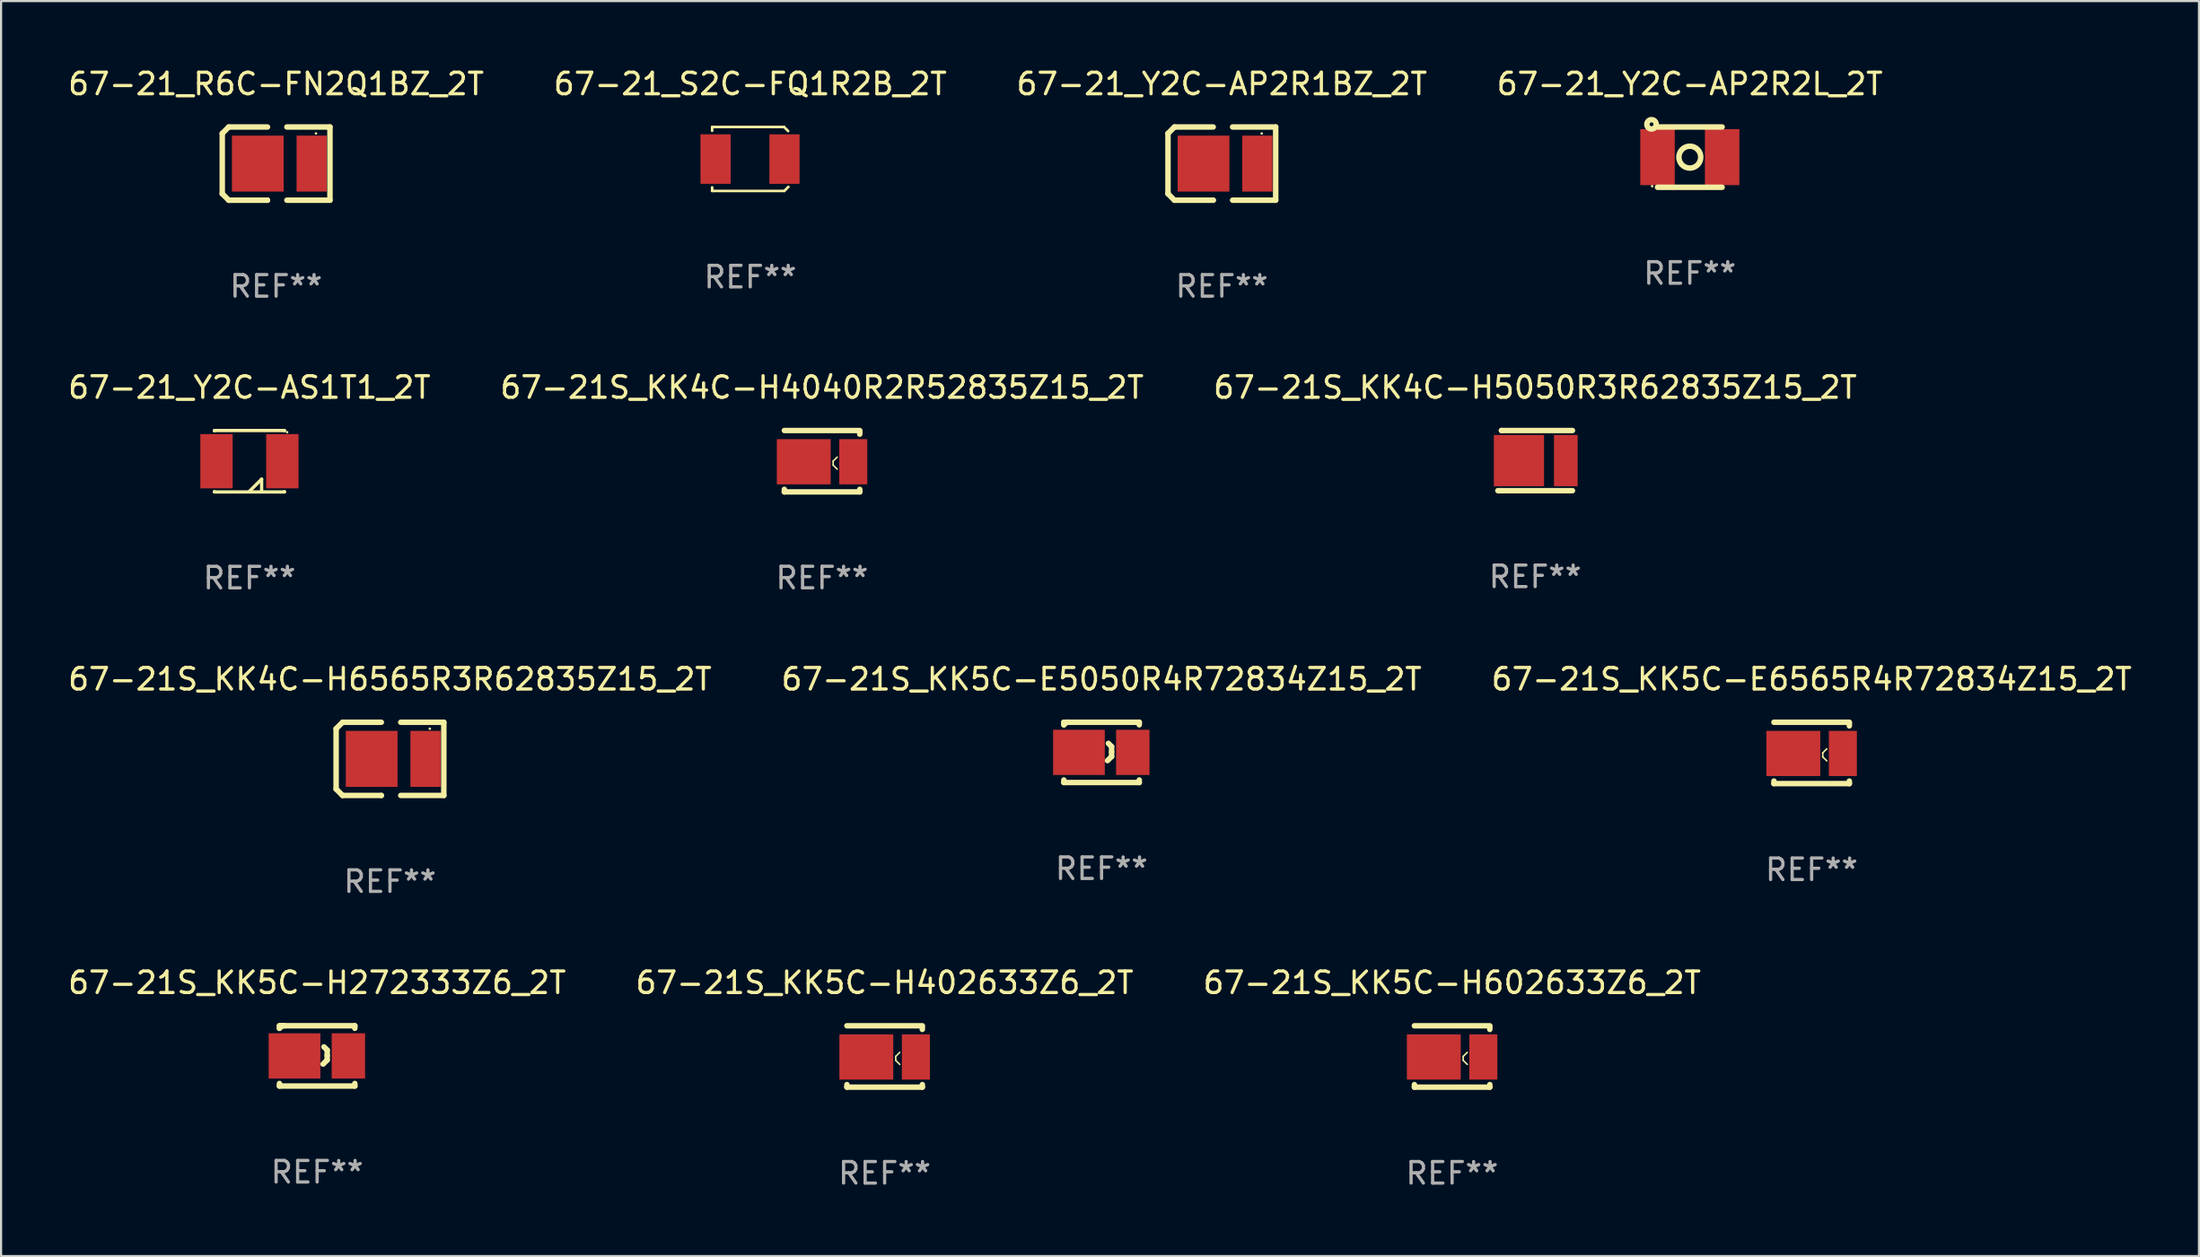
<source format=kicad_pcb>
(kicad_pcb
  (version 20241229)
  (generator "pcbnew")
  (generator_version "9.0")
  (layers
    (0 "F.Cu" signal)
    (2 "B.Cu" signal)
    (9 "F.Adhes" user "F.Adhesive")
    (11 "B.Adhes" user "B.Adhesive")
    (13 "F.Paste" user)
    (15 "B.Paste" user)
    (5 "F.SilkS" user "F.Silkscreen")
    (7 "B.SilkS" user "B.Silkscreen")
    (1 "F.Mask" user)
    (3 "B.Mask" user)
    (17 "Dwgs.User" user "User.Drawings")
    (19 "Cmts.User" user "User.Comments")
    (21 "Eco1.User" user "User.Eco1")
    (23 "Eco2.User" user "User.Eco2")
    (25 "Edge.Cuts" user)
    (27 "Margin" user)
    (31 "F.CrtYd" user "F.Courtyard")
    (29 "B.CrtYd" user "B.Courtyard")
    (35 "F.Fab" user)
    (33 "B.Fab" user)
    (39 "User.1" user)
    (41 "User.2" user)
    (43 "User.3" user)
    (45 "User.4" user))
  (footprint "67-21_R6C-FN2Q1BZ_2T"
    (layer "F.Cu")
    (at 9.768 4.548)
    (property "Reference" "67-21_R6C-FN2Q1BZ_2T" (at 0 -3.7 0) (layer "F.SilkS") (effects (font (size 1 1) (thickness 0.15))))
    (attr through_hole)
    (fp_line (start -2.5 1.4) (end -2.2 1.7) (stroke (width 0.254) (type solid)) (layer "F.SilkS"))
    (fp_line (start -2.5 -1.4) (end -2.5 1.4) (stroke (width 0.254) (type solid)) (layer "F.SilkS"))
    (fp_line (start -2.2 1.7) (end -0.4 1.7) (stroke (width 0.254) (type solid)) (layer "F.SilkS"))
    (fp_line (start -2.2 -1.7) (end -2.5 -1.4) (stroke (width 0.254) (type solid)) (layer "F.SilkS"))
    (fp_line (start -0.4 -1.7) (end -2.2 -1.7) (stroke (width 0.254) (type solid)) (layer "F.SilkS"))
    (fp_line (start -0.4 1.7) (end -0.4 1.7) (stroke (width 0.254) (type solid)) (layer "F.SilkS"))
    (fp_line (start 0.5 -1.7) (end 2.5 -1.7) (stroke (width 0.254) (type solid)) (layer "F.SilkS"))
    (fp_line (start 2.5 -1.7) (end 2.5 1.7) (stroke (width 0.254) (type solid)) (layer "F.SilkS"))
    (fp_line (start 2.5 1.7) (end 0.5 1.7) (stroke (width 0.254) (type solid)) (layer "F.SilkS"))
    (fp_circle (center 1.85 -1.4) (end 1.88 -1.4) (stroke (width 0.06) (type solid)) (fill no) (layer "F.SilkS"))
    (fp_text user "REF**" (at 0 5.7 0) (layer "F.Fab") (effects (font (size 1 1) (thickness 0.15))))
    (pad "1" smd rect (at 1.65 0 180) (size 1.4 2.6) (layers "F.Cu" "F.Mask" "F.Paste"))
    (pad "2" smd rect (at -0.85 0) (size 2.4 2.6) (layers "F.Cu" "F.Mask" "F.Paste")))
  (footprint "67-21S_KK4C-H5050R3R62835Z15_2T"
    (layer "F.Cu")
    (at 68.22 18.342)
    (property "Reference" "67-21S_KK4C-H5050R3R62835Z15_2T" (at 0 -3.397 0) (layer "F.SilkS") (effects (font (size 1 1) (thickness 0.15))))
    (attr through_hole)
    (fp_line (start -1.571 -1.397) (end -1.551 -1.397) (stroke (width 0.254) (type solid)) (layer "F.SilkS"))
    (fp_line (start -1.571 1.397) (end -1.731 1.397) (stroke (width 0.254) (type solid)) (layer "F.SilkS"))
    (fp_line (start -1.551 -1.397) (end 1.731 -1.397) (stroke (width 0.254) (type solid)) (layer "F.SilkS"))
    (fp_line (start 1.731 1.397) (end -1.571 1.397) (stroke (width 0.254) (type solid)) (layer "F.SilkS"))
    (fp_circle (center -1.668 1.4) (end -1.638 1.4) (stroke (width 0.06) (type solid)) (fill no) (layer "F.SilkS"))
    (fp_text user "REF**" (at 0 5.397 0) (layer "F.Fab") (effects (font (size 1 1) (thickness 0.15))))
    (pad "1" smd rect (at -0.754 0 180) (size 2.33 2.38) (layers "F.Cu" "F.Mask" "F.Paste"))
    (pad "2" smd rect (at 1.421 0 180) (size 1.1 2.38) (layers "F.Cu" "F.Mask" "F.Paste")))
  (footprint "67-21_Y2C-AP2R1BZ_2T"
    (layer "F.Cu")
    (at 53.673 4.548)
    (property "Reference" "67-21_Y2C-AP2R1BZ_2T" (at 0 -3.7 0) (layer "F.SilkS") (effects (font (size 1 1) (thickness 0.15))))
    (attr through_hole)
    (fp_line (start -2.5 1.4) (end -2.2 1.7) (stroke (width 0.254) (type solid)) (layer "F.SilkS"))
    (fp_line (start -2.5 -1.4) (end -2.5 1.4) (stroke (width 0.254) (type solid)) (layer "F.SilkS"))
    (fp_line (start -2.2 1.7) (end -0.4 1.7) (stroke (width 0.254) (type solid)) (layer "F.SilkS"))
    (fp_line (start -2.2 -1.7) (end -2.5 -1.4) (stroke (width 0.254) (type solid)) (layer "F.SilkS"))
    (fp_line (start -0.4 -1.7) (end -2.2 -1.7) (stroke (width 0.254) (type solid)) (layer "F.SilkS"))
    (fp_line (start -0.4 1.7) (end -0.4 1.7) (stroke (width 0.254) (type solid)) (layer "F.SilkS"))
    (fp_line (start 0.5 -1.7) (end 2.5 -1.7) (stroke (width 0.254) (type solid)) (layer "F.SilkS"))
    (fp_line (start 2.5 -1.7) (end 2.5 1.7) (stroke (width 0.254) (type solid)) (layer "F.SilkS"))
    (fp_line (start 2.5 1.7) (end 0.5 1.7) (stroke (width 0.254) (type solid)) (layer "F.SilkS"))
    (fp_circle (center 1.85 -1.4) (end 1.88 -1.4) (stroke (width 0.06) (type solid)) (fill no) (layer "F.SilkS"))
    (fp_text user "REF**" (at 0 5.7 0) (layer "F.Fab") (effects (font (size 1 1) (thickness 0.15))))
    (pad "1" smd rect (at 1.65 0 180) (size 1.4 2.6) (layers "F.Cu" "F.Mask" "F.Paste"))
    (pad "2" smd rect (at -0.85 0) (size 2.4 2.6) (layers "F.Cu" "F.Mask" "F.Paste")))
  (footprint "67-21S_KK5C-H602633Z6_2T"
    (layer "F.Cu")
    (at 64.363 46.016)
    (property "Reference" "67-21S_KK5C-H602633Z6_2T" (at 0 -3.425 0) (layer "F.SilkS") (effects (font (size 1 1) (thickness 0.15))))
    (attr through_hole)
    (fp_line (start -1.75 -1.425) (end 1.75 -1.425) (stroke (width 0.254) (type solid)) (layer "F.SilkS"))
    (fp_line (start -1.75 1.307) (end -1.75 1.425) (stroke (width 0.254) (type solid)) (layer "F.SilkS"))
    (fp_line (start 0.515 -0.003) (end 0.704 -0.192) (stroke (width 0.07) (type solid)) (layer "F.SilkS"))
    (fp_line (start 0.515 0.181) (end 0.515 -0.003) (stroke (width 0.07) (type solid)) (layer "F.SilkS"))
    (fp_line (start 0.704 0.37) (end 0.515 0.181) (stroke (width 0.07) (type solid)) (layer "F.SilkS"))
    (fp_line (start 1.75 -1.375) (end 1.75 -1.256) (stroke (width 0.254) (type solid)) (layer "F.SilkS"))
    (fp_line (start 1.75 1.307) (end 1.75 1.425) (stroke (width 0.254) (type solid)) (layer "F.SilkS"))
    (fp_line (start 1.75 1.425) (end -1.75 1.425) (stroke (width 0.254) (type solid)) (layer "F.SilkS"))
    (fp_circle (center -1.775 1.425) (end -1.745 1.425) (stroke (width 0.06) (type solid)) (fill no) (layer "F.SilkS"))
    (fp_text user "REF**" (at 0 5.425 0) (layer "F.Fab") (effects (font (size 1 1) (thickness 0.15))))
    (pad "1" smd rect (at -0.85 0.025) (size 2.5 2.1) (layers "F.Cu" "F.Mask" "F.Paste"))
    (pad "2" smd rect (at 1.45 0.025 180) (size 1.3 2.1) (layers "F.Cu" "F.Mask" "F.Paste")))
  (footprint "67-21S_KK5C-E5050R4R72834Z15_2T"
    (layer "F.Cu")
    (at 48.089 31.894)
    (property "Reference" "67-21S_KK5C-E5050R4R72834Z15_2T" (at 0 -3.4 0) (layer "F.SilkS") (effects (font (size 1 1) (thickness 0.15))))
    (attr through_hole)
    (fp_line (start -1.75 -1.4) (end -1.75 -1.281) (stroke (width 0.254) (type solid)) (layer "F.SilkS"))
    (fp_line (start -1.75 -1.4) (end 1.75 -1.4) (stroke (width 0.254) (type solid)) (layer "F.SilkS"))
    (fp_line (start -1.75 1.281) (end -1.75 1.4) (stroke (width 0.254) (type solid)) (layer "F.SilkS"))
    (fp_line (start -1.631 -1.4) (end -1.75 -1.281) (stroke (width 0.254) (type solid)) (layer "F.SilkS"))
    (fp_line (start -1.513 -1.4) (end -1.631 -1.4) (stroke (width 0.254) (type solid)) (layer "F.SilkS"))
    (fp_line (start 0.277 0.381) (end 0.467 0.191) (stroke (width 0.254) (type solid)) (layer "F.SilkS"))
    (fp_line (start 0.467 -0.269) (end 0.317 -0.419) (stroke (width 0.254) (type solid)) (layer "F.SilkS"))
    (fp_line (start 0.467 -0.019) (end 0.467 -0.269) (stroke (width 0.254) (type solid)) (layer "F.SilkS"))
    (fp_line (start 0.467 0.191) (end 0.467 -0.019) (stroke (width 0.254) (type solid)) (layer "F.SilkS"))
    (fp_line (start 1.75 -1.4) (end 1.75 -1.281) (stroke (width 0.254) (type solid)) (layer "F.SilkS"))
    (fp_line (start 1.75 1.281) (end 1.75 1.4) (stroke (width 0.254) (type solid)) (layer "F.SilkS"))
    (fp_line (start 1.75 1.4) (end -1.75 1.4) (stroke (width 0.254) (type solid)) (layer "F.SilkS"))
    (fp_circle (center -1.775 1.4) (end -1.745 1.4) (stroke (width 0.06) (type solid)) (fill no) (layer "F.SilkS"))
    (fp_text user "REF**" (at 0 5.4 0) (layer "F.Fab") (effects (font (size 1 1) (thickness 0.15))))
    (pad "1" smd rect (at -1.05 0.000102) (size 2.4 2.1) (layers "F.Cu" "F.Mask" "F.Paste"))
    (pad "2" smd rect (at 1.45 0.000102) (size 1.55 2.1) (layers "F.Cu" "F.Mask" "F.Paste")))
  (footprint "67-21_Y2C-AS1T1_2T"
    (layer "F.Cu")
    (at 8.53 18.371)
    (property "Reference" "67-21_Y2C-AS1T1_2T" (at 0 -3.426 0) (layer "F.SilkS") (effects (font (size 1 1) (thickness 0.15))))
    (attr through_hole)
    (fp_line (start -1.626 -1.426) (end 1.626 -1.426) (stroke (width 0.152) (type solid)) (layer "F.SilkS"))
    (fp_line (start -1.626 -1.412) (end -1.626 -1.426) (stroke (width 0.152) (type solid)) (layer "F.SilkS"))
    (fp_line (start -1.626 1.412) (end -1.626 1.426) (stroke (width 0.152) (type solid)) (layer "F.SilkS"))
    (fp_line (start -1.626 1.426) (end 1.626 1.426) (stroke (width 0.152) (type solid)) (layer "F.SilkS"))
    (fp_line (start 0 1.397) (end 0.566 0.833) (stroke (width 0.152) (type solid)) (layer "F.SilkS"))
    (fp_line (start 0.566 0.833) (end 0.566 1.369) (stroke (width 0.152) (type solid)) (layer "F.SilkS"))
    (fp_line (start 1.626 -1.426) (end 1.626 -1.412) (stroke (width 0.152) (type solid)) (layer "F.SilkS"))
    (fp_line (start 1.626 1.426) (end 1.626 1.412) (stroke (width 0.152) (type solid)) (layer "F.SilkS"))
    (fp_circle (center 1.75 -1.35) (end 1.78 -1.35) (stroke (width 0.06) (type solid)) (fill no) (layer "F.SilkS"))
    (fp_text user "REF**" (at 0 5.426 0) (layer "F.Fab") (effects (font (size 1 1) (thickness 0.15))))
    (pad "1" smd rect (at 1.528 0) (size 1.5 2.52) (layers "F.Cu" "F.Mask" "F.Paste"))
    (pad "2" smd rect (at -1.528 0) (size 1.5 2.52) (layers "F.Cu" "F.Mask" "F.Paste")))
  (footprint "67-21S_KK5C-E6565R4R72834Z15_2T"
    (layer "F.Cu")
    (at 81.054 31.919)
    (property "Reference" "67-21S_KK5C-E6565R4R72834Z15_2T" (at 0 -3.425 0) (layer "F.SilkS") (effects (font (size 1 1) (thickness 0.15))))
    (attr through_hole)
    (fp_line (start -1.75 -1.425) (end 1.75 -1.425) (stroke (width 0.254) (type solid)) (layer "F.SilkS"))
    (fp_line (start -1.75 1.307) (end -1.75 1.425) (stroke (width 0.254) (type solid)) (layer "F.SilkS"))
    (fp_line (start 0.515 -0.003) (end 0.704 -0.192) (stroke (width 0.07) (type solid)) (layer "F.SilkS"))
    (fp_line (start 0.515 0.181) (end 0.515 -0.003) (stroke (width 0.07) (type solid)) (layer "F.SilkS"))
    (fp_line (start 0.704 0.37) (end 0.515 0.181) (stroke (width 0.07) (type solid)) (layer "F.SilkS"))
    (fp_line (start 1.75 -1.375) (end 1.75 -1.256) (stroke (width 0.254) (type solid)) (layer "F.SilkS"))
    (fp_line (start 1.75 1.307) (end 1.75 1.425) (stroke (width 0.254) (type solid)) (layer "F.SilkS"))
    (fp_line (start 1.75 1.425) (end -1.75 1.425) (stroke (width 0.254) (type solid)) (layer "F.SilkS"))
    (fp_circle (center -1.775 1.425) (end -1.745 1.425) (stroke (width 0.06) (type solid)) (fill no) (layer "F.SilkS"))
    (fp_text user "REF**" (at 0 5.425 0) (layer "F.Fab") (effects (font (size 1 1) (thickness 0.15))))
    (pad "1" smd rect (at -0.85 0.025) (size 2.5 2.1) (layers "F.Cu" "F.Mask" "F.Paste"))
    (pad "2" smd rect (at 1.45 0.025 180) (size 1.3 2.1) (layers "F.Cu" "F.Mask" "F.Paste")))
  (footprint "67-21S_KK5C-H272333Z6_2T"
    (layer "F.Cu")
    (at 11.673 45.99)
    (property "Reference" "67-21S_KK5C-H272333Z6_2T" (at 0 -3.4 0) (layer "F.SilkS") (effects (font (size 1 1) (thickness 0.15))))
    (attr through_hole)
    (fp_line (start -1.75 -1.4) (end -1.75 -1.281) (stroke (width 0.254) (type solid)) (layer "F.SilkS"))
    (fp_line (start -1.75 -1.4) (end 1.75 -1.4) (stroke (width 0.254) (type solid)) (layer "F.SilkS"))
    (fp_line (start -1.75 1.281) (end -1.75 1.4) (stroke (width 0.254) (type solid)) (layer "F.SilkS"))
    (fp_line (start -1.631 -1.4) (end -1.75 -1.281) (stroke (width 0.254) (type solid)) (layer "F.SilkS"))
    (fp_line (start -1.513 -1.4) (end -1.631 -1.4) (stroke (width 0.254) (type solid)) (layer "F.SilkS"))
    (fp_line (start 0.277 0.381) (end 0.467 0.191) (stroke (width 0.254) (type solid)) (layer "F.SilkS"))
    (fp_line (start 0.467 -0.269) (end 0.317 -0.419) (stroke (width 0.254) (type solid)) (layer "F.SilkS"))
    (fp_line (start 0.467 -0.019) (end 0.467 -0.269) (stroke (width 0.254) (type solid)) (layer "F.SilkS"))
    (fp_line (start 0.467 0.191) (end 0.467 -0.019) (stroke (width 0.254) (type solid)) (layer "F.SilkS"))
    (fp_line (start 1.75 -1.4) (end 1.75 -1.281) (stroke (width 0.254) (type solid)) (layer "F.SilkS"))
    (fp_line (start 1.75 1.281) (end 1.75 1.4) (stroke (width 0.254) (type solid)) (layer "F.SilkS"))
    (fp_line (start 1.75 1.4) (end -1.75 1.4) (stroke (width 0.254) (type solid)) (layer "F.SilkS"))
    (fp_circle (center -1.775 1.4) (end -1.745 1.4) (stroke (width 0.06) (type solid)) (fill no) (layer "F.SilkS"))
    (fp_text user "REF**" (at 0 5.4 0) (layer "F.Fab") (effects (font (size 1 1) (thickness 0.15))))
    (pad "1" smd rect (at -1.05 0.000102) (size 2.4 2.1) (layers "F.Cu" "F.Mask" "F.Paste"))
    (pad "2" smd rect (at 1.45 0.000102) (size 1.55 2.1) (layers "F.Cu" "F.Mask" "F.Paste")))
  (footprint "67-21S_KK4C-H4040R2R52835Z15_2T"
    (layer "F.Cu")
    (at 35.113 18.37)
    (property "Reference" "67-21S_KK4C-H4040R2R52835Z15_2T" (at 0 -3.425 0) (layer "F.SilkS") (effects (font (size 1 1) (thickness 0.15))))
    (attr through_hole)
    (fp_line (start -1.75 -1.425) (end 1.75 -1.425) (stroke (width 0.254) (type solid)) (layer "F.SilkS"))
    (fp_line (start -1.75 1.307) (end -1.75 1.425) (stroke (width 0.254) (type solid)) (layer "F.SilkS"))
    (fp_line (start 0.515 -0.003) (end 0.704 -0.192) (stroke (width 0.07) (type solid)) (layer "F.SilkS"))
    (fp_line (start 0.515 0.181) (end 0.515 -0.003) (stroke (width 0.07) (type solid)) (layer "F.SilkS"))
    (fp_line (start 0.704 0.37) (end 0.515 0.181) (stroke (width 0.07) (type solid)) (layer "F.SilkS"))
    (fp_line (start 1.75 -1.375) (end 1.75 -1.256) (stroke (width 0.254) (type solid)) (layer "F.SilkS"))
    (fp_line (start 1.75 1.307) (end 1.75 1.425) (stroke (width 0.254) (type solid)) (layer "F.SilkS"))
    (fp_line (start 1.75 1.425) (end -1.75 1.425) (stroke (width 0.254) (type solid)) (layer "F.SilkS"))
    (fp_circle (center -1.775 1.425) (end -1.745 1.425) (stroke (width 0.06) (type solid)) (fill no) (layer "F.SilkS"))
    (fp_text user "REF**" (at 0 5.425 0) (layer "F.Fab") (effects (font (size 1 1) (thickness 0.15))))
    (pad "1" smd rect (at -0.85 0.025) (size 2.5 2.1) (layers "F.Cu" "F.Mask" "F.Paste"))
    (pad "2" smd rect (at 1.45 0.025 180) (size 1.3 2.1) (layers "F.Cu" "F.Mask" "F.Paste")))
  (footprint "67-21_Y2C-AP2R2L_2T"
    (layer "F.Cu")
    (at 75.399 4.248)
    (property "Reference" "67-21_Y2C-AP2R2L_2T" (at 0 -3.4 0) (layer "F.SilkS") (effects (font (size 1 1) (thickness 0.15))))
    (attr through_hole)
    (fp_line (start -1.5 -1.4) (end 1.5 -1.4) (stroke (width 0.254) (type solid)) (layer "F.SilkS"))
    (fp_line (start 1.5 1.4) (end -1.5 1.4) (stroke (width 0.254) (type solid)) (layer "F.SilkS"))
    (fp_circle (center -1.778 -1.524) (end -1.688 -1.524) (stroke (width 0.254) (type solid)) (fill no) (layer "F.SilkS"))
    (fp_circle (center -1.75 1.35) (end -1.72 1.35) (stroke (width 0.06) (type solid)) (fill no) (layer "F.SilkS"))
    (fp_circle (center 0 0) (end 0.508 0) (stroke (width 0.254) (type solid)) (fill no) (layer "F.SilkS"))
    (fp_text user "REF**" (at 0 5.4 0) (layer "F.Fab") (effects (font (size 1 1) (thickness 0.15))))
    (pad "1" smd rect (at -1.5 0 90) (size 2.6 1.6) (layers "F.Cu" "F.Mask" "F.Paste"))
    (pad "2" smd rect (at 1.5 0 90) (size 2.6 1.6) (layers "F.Cu" "F.Mask" "F.Paste")))
  (footprint "67-21_S2C-FQ1R2B_2T"
    (layer "F.Cu")
    (at 31.78 4.333)
    (property "Reference" "67-21_S2C-FQ1R2B_2T" (at 0 -3.485 0) (layer "F.SilkS") (effects (font (size 1 1) (thickness 0.15))))
    (attr through_hole)
    (fp_line (start -1.77 -1.485) (end -1.77 -1.309) (stroke (width 0.12) (type solid)) (layer "F.SilkS"))
    (fp_line (start -1.77 -1.485) (end 1.57 -1.485) (stroke (width 0.12) (type solid)) (layer "F.SilkS"))
    (fp_line (start -1.77 1.319) (end -1.77 1.485) (stroke (width 0.12) (type solid)) (layer "F.SilkS"))
    (fp_line (start -1.77 1.485) (end 1.58 1.485) (stroke (width 0.12) (type solid)) (layer "F.SilkS"))
    (fp_line (start 1.57 -1.485) (end 1.76 -1.295) (stroke (width 0.12) (type solid)) (layer "F.SilkS"))
    (fp_line (start 1.58 1.485) (end 1.77 1.295) (stroke (width 0.12) (type solid)) (layer "F.SilkS"))
    (fp_circle (center -1.76 1.405) (end -1.73 1.405) (stroke (width 0.06) (type solid)) (fill no) (layer "F.SilkS"))
    (fp_text user "REF**" (at 0 5.485 0) (layer "F.Fab") (effects (font (size 1 1) (thickness 0.15))))
    (pad "1" smd rect (at -1.61 0.005) (size 1.4 2.3) (layers "F.Cu" "F.Mask" "F.Paste"))
    (pad "2" smd rect (at 1.59 0.005) (size 1.4 2.3) (layers "F.Cu" "F.Mask" "F.Paste")))
  (footprint "67-21S_KK5C-H402633Z6_2T"
    (layer "F.Cu")
    (at 38.018 46.016)
    (property "Reference" "67-21S_KK5C-H402633Z6_2T" (at 0 -3.425 0) (layer "F.SilkS") (effects (font (size 1 1) (thickness 0.15))))
    (attr through_hole)
    (fp_line (start -1.75 -1.425) (end 1.75 -1.425) (stroke (width 0.254) (type solid)) (layer "F.SilkS"))
    (fp_line (start -1.75 1.307) (end -1.75 1.425) (stroke (width 0.254) (type solid)) (layer "F.SilkS"))
    (fp_line (start 0.515 -0.003) (end 0.704 -0.192) (stroke (width 0.07) (type solid)) (layer "F.SilkS"))
    (fp_line (start 0.515 0.181) (end 0.515 -0.003) (stroke (width 0.07) (type solid)) (layer "F.SilkS"))
    (fp_line (start 0.704 0.37) (end 0.515 0.181) (stroke (width 0.07) (type solid)) (layer "F.SilkS"))
    (fp_line (start 1.75 -1.375) (end 1.75 -1.256) (stroke (width 0.254) (type solid)) (layer "F.SilkS"))
    (fp_line (start 1.75 1.307) (end 1.75 1.425) (stroke (width 0.254) (type solid)) (layer "F.SilkS"))
    (fp_line (start 1.75 1.425) (end -1.75 1.425) (stroke (width 0.254) (type solid)) (layer "F.SilkS"))
    (fp_circle (center -1.775 1.425) (end -1.745 1.425) (stroke (width 0.06) (type solid)) (fill no) (layer "F.SilkS"))
    (fp_text user "REF**" (at 0 5.425 0) (layer "F.Fab") (effects (font (size 1 1) (thickness 0.15))))
    (pad "1" smd rect (at -0.85 0.025) (size 2.5 2.1) (layers "F.Cu" "F.Mask" "F.Paste"))
    (pad "2" smd rect (at 1.45 0.025 180) (size 1.3 2.1) (layers "F.Cu" "F.Mask" "F.Paste")))
  (footprint "67-21S_KK4C-H6565R3R62835Z15_2T"
    (layer "F.Cu")
    (at 15.054 32.194)
    (property "Reference" "67-21S_KK4C-H6565R3R62835Z15_2T" (at 0 -3.7 0) (layer "F.SilkS") (effects (font (size 1 1) (thickness 0.15))))
    (attr through_hole)
    (fp_line (start -2.5 1.4) (end -2.2 1.7) (stroke (width 0.254) (type solid)) (layer "F.SilkS"))
    (fp_line (start -2.5 -1.4) (end -2.5 1.4) (stroke (width 0.254) (type solid)) (layer "F.SilkS"))
    (fp_line (start -2.2 1.7) (end -0.4 1.7) (stroke (width 0.254) (type solid)) (layer "F.SilkS"))
    (fp_line (start -2.2 -1.7) (end -2.5 -1.4) (stroke (width 0.254) (type solid)) (layer "F.SilkS"))
    (fp_line (start -0.4 -1.7) (end -2.2 -1.7) (stroke (width 0.254) (type solid)) (layer "F.SilkS"))
    (fp_line (start -0.4 1.7) (end -0.4 1.7) (stroke (width 0.254) (type solid)) (layer "F.SilkS"))
    (fp_line (start 0.5 -1.7) (end 2.5 -1.7) (stroke (width 0.254) (type solid)) (layer "F.SilkS"))
    (fp_line (start 2.5 -1.7) (end 2.5 1.7) (stroke (width 0.254) (type solid)) (layer "F.SilkS"))
    (fp_line (start 2.5 1.7) (end 0.5 1.7) (stroke (width 0.254) (type solid)) (layer "F.SilkS"))
    (fp_circle (center 1.85 -1.4) (end 1.88 -1.4) (stroke (width 0.06) (type solid)) (fill no) (layer "F.SilkS"))
    (fp_text user "REF**" (at 0 5.7 0) (layer "F.Fab") (effects (font (size 1 1) (thickness 0.15))))
    (pad "1" smd rect (at 1.65 0 180) (size 1.4 2.6) (layers "F.Cu" "F.Mask" "F.Paste"))
    (pad "2" smd rect (at -0.85 0) (size 2.4 2.6) (layers "F.Cu" "F.Mask" "F.Paste")))
  (gr_rect
    (start -3 -3)
    (end 99.036 55.289)
    (stroke (width 0.1) (type default))
    (fill no)
    (layer "Edge.Cuts")))
</source>
